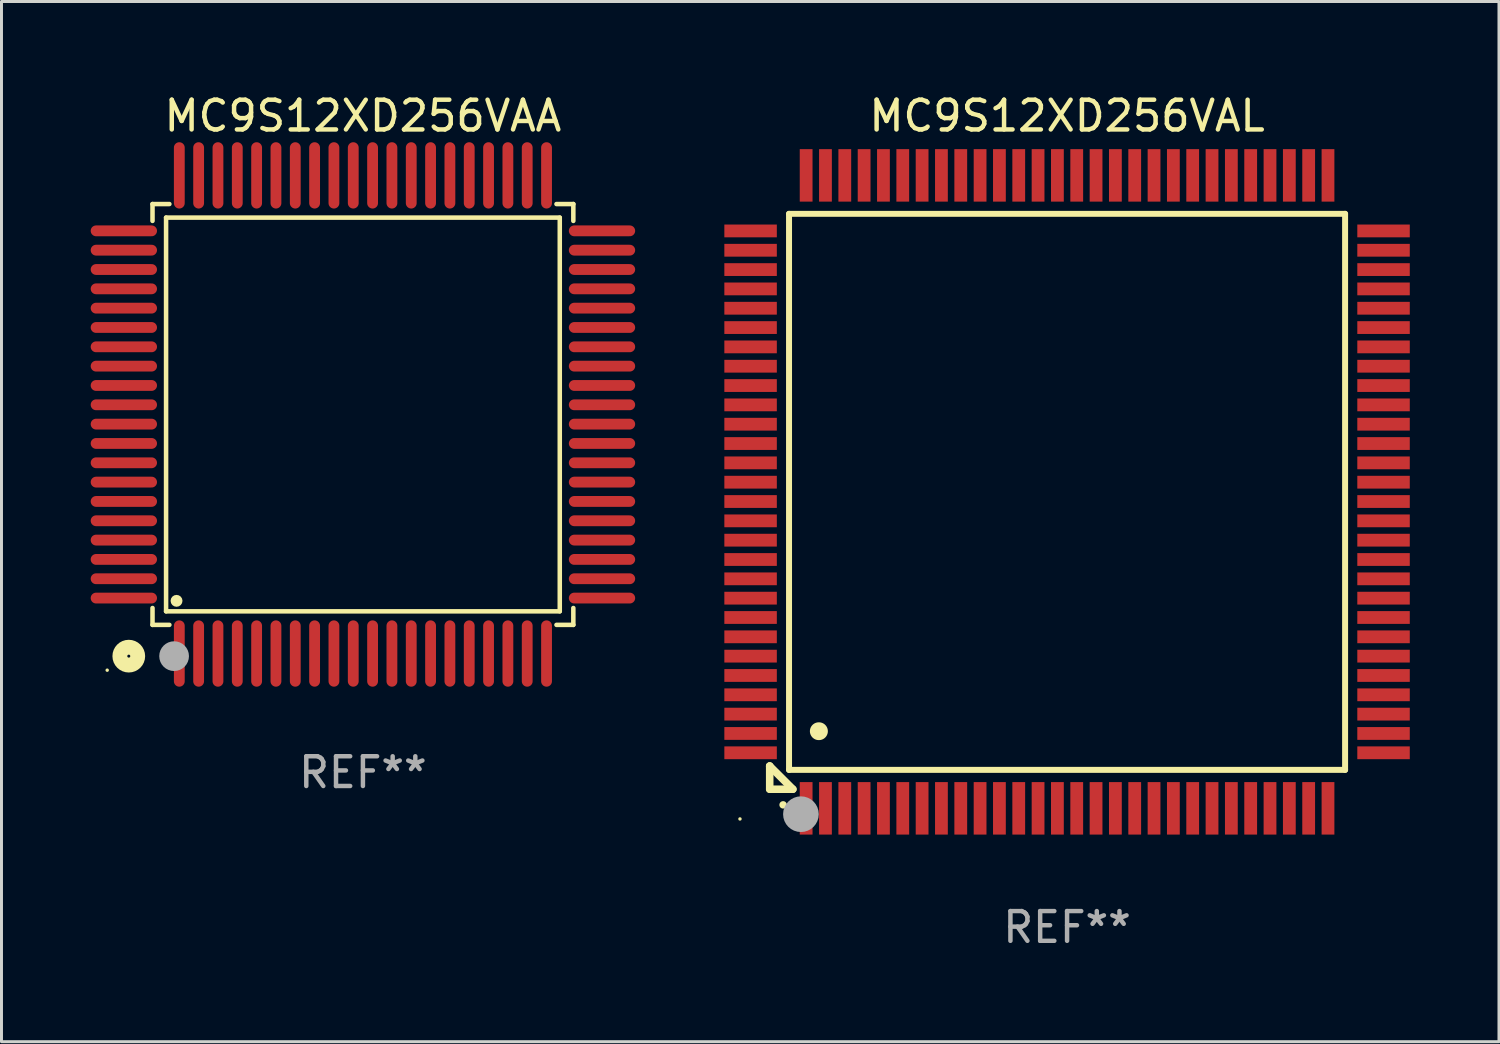
<source format=kicad_pcb>
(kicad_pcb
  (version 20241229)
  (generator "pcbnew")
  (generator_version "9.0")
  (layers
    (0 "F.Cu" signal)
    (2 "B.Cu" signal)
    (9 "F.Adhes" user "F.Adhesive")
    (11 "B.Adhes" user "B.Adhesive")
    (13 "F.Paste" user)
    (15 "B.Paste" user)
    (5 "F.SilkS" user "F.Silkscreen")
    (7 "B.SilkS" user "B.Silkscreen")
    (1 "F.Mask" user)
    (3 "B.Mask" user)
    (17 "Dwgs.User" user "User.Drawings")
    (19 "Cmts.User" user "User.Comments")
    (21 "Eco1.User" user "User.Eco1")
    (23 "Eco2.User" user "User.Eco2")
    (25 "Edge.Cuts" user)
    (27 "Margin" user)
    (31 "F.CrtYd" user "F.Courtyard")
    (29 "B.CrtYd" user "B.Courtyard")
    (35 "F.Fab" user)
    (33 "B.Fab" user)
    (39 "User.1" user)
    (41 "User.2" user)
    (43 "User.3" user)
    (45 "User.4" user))
  (footprint "MC9S12XD256VAL"
    (layer "F.Cu")
    (at 32.835 13.491)
    (property "Reference" "MC9S12XD256VAL" (at 0 -12.643 0) (layer "F.SilkS") (effects (font (size 1 1) (thickness 0.15))))
    (attr through_hole)
    (fp_line (start -10 9.221) (end -10 9.221) (stroke (width 0.254) (type solid)) (layer "F.SilkS"))
    (fp_line (start -10 9.221) (end -10 10) (stroke (width 0.254) (type solid)) (layer "F.SilkS"))
    (fp_line (start -10 9.221) (end -9.221 10) (stroke (width 0.254) (type solid)) (layer "F.SilkS"))
    (fp_line (start -10 10) (end -9.221 10) (stroke (width 0.254) (type solid)) (layer "F.SilkS"))
    (fp_line (start -9.35 -9.35) (end -9.35 9.35) (stroke (width 0.201) (type solid)) (layer "F.SilkS"))
    (fp_line (start -9.35 9.35) (end 9.35 9.35) (stroke (width 0.201) (type solid)) (layer "F.SilkS"))
    (fp_line (start 9.35 -9.35) (end -9.35 -9.35) (stroke (width 0.201) (type solid)) (layer "F.SilkS"))
    (fp_line (start 9.35 9.35) (end 9.35 -9.35) (stroke (width 0.201) (type solid)) (layer "F.SilkS"))
    (fp_arc (start -9.550546 10.525832) (mid -9.549276 10.525826) (end -9.548006 10.525832) (stroke (width 0.24892) (type solid)) (layer "F.SilkS"))
    (fp_arc (start -8.349124 8.049327) (mid -8.346584 8.049316) (end -8.344044 8.049327) (stroke (width 0.599441) (type solid)) (layer "F.SilkS"))
    (fp_circle (center -11 11) (end -10.97 11) (stroke (width 0.06) (type solid)) (fill no) (layer "F.SilkS"))
    (fp_circle (center -8.95 10.84) (end -8.65 10.84) (stroke (width 0.6) (type solid)) (fill no) (layer "F.Fab"))
    (fp_text user "REF**" (at 0 14.643 0) (layer "F.Fab") (effects (font (size 1 1) (thickness 0.15))))
    (pad "1" smd rect (at -8.775 10.643) (size 0.43 1.765) (layers "F.Cu" "F.Mask" "F.Paste"))
    (pad "2" smd rect (at -8.125 10.643) (size 0.43 1.765) (layers "F.Cu" "F.Mask" "F.Paste"))
    (pad "3" smd rect (at -7.475 10.643) (size 0.43 1.765) (layers "F.Cu" "F.Mask" "F.Paste"))
    (pad "4" smd rect (at -6.825 10.643) (size 0.43 1.765) (layers "F.Cu" "F.Mask" "F.Paste"))
    (pad "5" smd rect (at -6.175 10.643) (size 0.43 1.765) (layers "F.Cu" "F.Mask" "F.Paste"))
    (pad "6" smd rect (at -5.525 10.643) (size 0.43 1.765) (layers "F.Cu" "F.Mask" "F.Paste"))
    (pad "7" smd rect (at -4.875 10.643) (size 0.43 1.765) (layers "F.Cu" "F.Mask" "F.Paste"))
    (pad "8" smd rect (at -4.225 10.643) (size 0.43 1.765) (layers "F.Cu" "F.Mask" "F.Paste"))
    (pad "9" smd rect (at -3.575 10.643) (size 0.43 1.765) (layers "F.Cu" "F.Mask" "F.Paste"))
    (pad "10" smd rect (at -2.925 10.643) (size 0.43 1.765) (layers "F.Cu" "F.Mask" "F.Paste"))
    (pad "11" smd rect (at -2.275 10.643) (size 0.43 1.765) (layers "F.Cu" "F.Mask" "F.Paste"))
    (pad "12" smd rect (at -1.625 10.643) (size 0.43 1.765) (layers "F.Cu" "F.Mask" "F.Paste"))
    (pad "13" smd rect (at -0.975 10.643) (size 0.43 1.765) (layers "F.Cu" "F.Mask" "F.Paste"))
    (pad "14" smd rect (at -0.325 10.643) (size 0.43 1.765) (layers "F.Cu" "F.Mask" "F.Paste"))
    (pad "15" smd rect (at 0.325 10.643) (size 0.43 1.765) (layers "F.Cu" "F.Mask" "F.Paste"))
    (pad "16" smd rect (at 0.975 10.643) (size 0.43 1.765) (layers "F.Cu" "F.Mask" "F.Paste"))
    (pad "17" smd rect (at 1.625 10.643) (size 0.43 1.765) (layers "F.Cu" "F.Mask" "F.Paste"))
    (pad "18" smd rect (at 2.275 10.643) (size 0.43 1.765) (layers "F.Cu" "F.Mask" "F.Paste"))
    (pad "19" smd rect (at 2.925 10.643) (size 0.43 1.765) (layers "F.Cu" "F.Mask" "F.Paste"))
    (pad "20" smd rect (at 3.575 10.643) (size 0.43 1.765) (layers "F.Cu" "F.Mask" "F.Paste"))
    (pad "21" smd rect (at 4.225 10.643) (size 0.43 1.765) (layers "F.Cu" "F.Mask" "F.Paste"))
    (pad "22" smd rect (at 4.875 10.643) (size 0.43 1.765) (layers "F.Cu" "F.Mask" "F.Paste"))
    (pad "23" smd rect (at 5.525 10.643) (size 0.43 1.765) (layers "F.Cu" "F.Mask" "F.Paste"))
    (pad "24" smd rect (at 6.175 10.643) (size 0.43 1.765) (layers "F.Cu" "F.Mask" "F.Paste"))
    (pad "25" smd rect (at 6.825 10.643) (size 0.43 1.765) (layers "F.Cu" "F.Mask" "F.Paste"))
    (pad "26" smd rect (at 7.475 10.643) (size 0.43 1.765) (layers "F.Cu" "F.Mask" "F.Paste"))
    (pad "27" smd rect (at 8.125 10.643) (size 0.43 1.765) (layers "F.Cu" "F.Mask" "F.Paste"))
    (pad "28" smd rect (at 8.775 10.643) (size 0.43 1.765) (layers "F.Cu" "F.Mask" "F.Paste"))
    (pad "29" smd rect (at 10.643 8.775) (size 1.765 0.43) (layers "F.Cu" "F.Mask" "F.Paste"))
    (pad "30" smd rect (at 10.643 8.125) (size 1.765 0.43) (layers "F.Cu" "F.Mask" "F.Paste"))
    (pad "31" smd rect (at 10.643 7.475) (size 1.765 0.43) (layers "F.Cu" "F.Mask" "F.Paste"))
    (pad "32" smd rect (at 10.643 6.825) (size 1.765 0.43) (layers "F.Cu" "F.Mask" "F.Paste"))
    (pad "33" smd rect (at 10.643 6.175) (size 1.765 0.43) (layers "F.Cu" "F.Mask" "F.Paste"))
    (pad "34" smd rect (at 10.643 5.525) (size 1.765 0.43) (layers "F.Cu" "F.Mask" "F.Paste"))
    (pad "35" smd rect (at 10.643 4.875) (size 1.765 0.43) (layers "F.Cu" "F.Mask" "F.Paste"))
    (pad "36" smd rect (at 10.643 4.225) (size 1.765 0.43) (layers "F.Cu" "F.Mask" "F.Paste"))
    (pad "37" smd rect (at 10.643 3.575) (size 1.765 0.43) (layers "F.Cu" "F.Mask" "F.Paste"))
    (pad "38" smd rect (at 10.643 2.925) (size 1.765 0.43) (layers "F.Cu" "F.Mask" "F.Paste"))
    (pad "39" smd rect (at 10.643 2.275) (size 1.765 0.43) (layers "F.Cu" "F.Mask" "F.Paste"))
    (pad "40" smd rect (at 10.643 1.625) (size 1.765 0.43) (layers "F.Cu" "F.Mask" "F.Paste"))
    (pad "41" smd rect (at 10.643 0.975) (size 1.765 0.43) (layers "F.Cu" "F.Mask" "F.Paste"))
    (pad "42" smd rect (at 10.643 0.325) (size 1.765 0.43) (layers "F.Cu" "F.Mask" "F.Paste"))
    (pad "43" smd rect (at 10.643 -0.325) (size 1.765 0.43) (layers "F.Cu" "F.Mask" "F.Paste"))
    (pad "44" smd rect (at 10.643 -0.975) (size 1.765 0.43) (layers "F.Cu" "F.Mask" "F.Paste"))
    (pad "45" smd rect (at 10.643 -1.625) (size 1.765 0.43) (layers "F.Cu" "F.Mask" "F.Paste"))
    (pad "46" smd rect (at 10.643 -2.275) (size 1.765 0.43) (layers "F.Cu" "F.Mask" "F.Paste"))
    (pad "47" smd rect (at 10.643 -2.925) (size 1.765 0.43) (layers "F.Cu" "F.Mask" "F.Paste"))
    (pad "48" smd rect (at 10.643 -3.575) (size 1.765 0.43) (layers "F.Cu" "F.Mask" "F.Paste"))
    (pad "49" smd rect (at 10.643 -4.225) (size 1.765 0.43) (layers "F.Cu" "F.Mask" "F.Paste"))
    (pad "50" smd rect (at 10.643 -4.875) (size 1.765 0.43) (layers "F.Cu" "F.Mask" "F.Paste"))
    (pad "51" smd rect (at 10.643 -5.525) (size 1.765 0.43) (layers "F.Cu" "F.Mask" "F.Paste"))
    (pad "52" smd rect (at 10.643 -6.175) (size 1.765 0.43) (layers "F.Cu" "F.Mask" "F.Paste"))
    (pad "53" smd rect (at 10.643 -6.825) (size 1.765 0.43) (layers "F.Cu" "F.Mask" "F.Paste"))
    (pad "54" smd rect (at 10.643 -7.475) (size 1.765 0.43) (layers "F.Cu" "F.Mask" "F.Paste"))
    (pad "55" smd rect (at 10.643 -8.125) (size 1.765 0.43) (layers "F.Cu" "F.Mask" "F.Paste"))
    (pad "56" smd rect (at 10.643 -8.775) (size 1.765 0.43) (layers "F.Cu" "F.Mask" "F.Paste"))
    (pad "57" smd rect (at 8.775 -10.643) (size 0.43 1.765) (layers "F.Cu" "F.Mask" "F.Paste"))
    (pad "58" smd rect (at 8.125 -10.643) (size 0.43 1.765) (layers "F.Cu" "F.Mask" "F.Paste"))
    (pad "59" smd rect (at 7.475 -10.643) (size 0.43 1.765) (layers "F.Cu" "F.Mask" "F.Paste"))
    (pad "60" smd rect (at 6.825 -10.643) (size 0.43 1.765) (layers "F.Cu" "F.Mask" "F.Paste"))
    (pad "61" smd rect (at 6.175 -10.643) (size 0.43 1.765) (layers "F.Cu" "F.Mask" "F.Paste"))
    (pad "62" smd rect (at 5.525 -10.643) (size 0.43 1.765) (layers "F.Cu" "F.Mask" "F.Paste"))
    (pad "63" smd rect (at 4.875 -10.643) (size 0.43 1.765) (layers "F.Cu" "F.Mask" "F.Paste"))
    (pad "64" smd rect (at 4.225 -10.643) (size 0.43 1.765) (layers "F.Cu" "F.Mask" "F.Paste"))
    (pad "65" smd rect (at 3.575 -10.643) (size 0.43 1.765) (layers "F.Cu" "F.Mask" "F.Paste"))
    (pad "66" smd rect (at 2.925 -10.643) (size 0.43 1.765) (layers "F.Cu" "F.Mask" "F.Paste"))
    (pad "67" smd rect (at 2.275 -10.643) (size 0.43 1.765) (layers "F.Cu" "F.Mask" "F.Paste"))
    (pad "68" smd rect (at 1.625 -10.643) (size 0.43 1.765) (layers "F.Cu" "F.Mask" "F.Paste"))
    (pad "69" smd rect (at 0.975 -10.643) (size 0.43 1.765) (layers "F.Cu" "F.Mask" "F.Paste"))
    (pad "70" smd rect (at 0.325 -10.643) (size 0.43 1.765) (layers "F.Cu" "F.Mask" "F.Paste"))
    (pad "71" smd rect (at -0.325 -10.643) (size 0.43 1.765) (layers "F.Cu" "F.Mask" "F.Paste"))
    (pad "72" smd rect (at -0.975 -10.643) (size 0.43 1.765) (layers "F.Cu" "F.Mask" "F.Paste"))
    (pad "73" smd rect (at -1.625 -10.643) (size 0.43 1.765) (layers "F.Cu" "F.Mask" "F.Paste"))
    (pad "74" smd rect (at -2.275 -10.643) (size 0.43 1.765) (layers "F.Cu" "F.Mask" "F.Paste"))
    (pad "75" smd rect (at -2.925 -10.643) (size 0.43 1.765) (layers "F.Cu" "F.Mask" "F.Paste"))
    (pad "76" smd rect (at -3.575 -10.643) (size 0.43 1.765) (layers "F.Cu" "F.Mask" "F.Paste"))
    (pad "77" smd rect (at -4.225 -10.643) (size 0.43 1.765) (layers "F.Cu" "F.Mask" "F.Paste"))
    (pad "78" smd rect (at -4.875 -10.643) (size 0.43 1.765) (layers "F.Cu" "F.Mask" "F.Paste"))
    (pad "79" smd rect (at -5.525 -10.643) (size 0.43 1.765) (layers "F.Cu" "F.Mask" "F.Paste"))
    (pad "80" smd rect (at -6.175 -10.643) (size 0.43 1.765) (layers "F.Cu" "F.Mask" "F.Paste"))
    (pad "81" smd rect (at -6.825 -10.643) (size 0.43 1.765) (layers "F.Cu" "F.Mask" "F.Paste"))
    (pad "82" smd rect (at -7.475 -10.643) (size 0.43 1.765) (layers "F.Cu" "F.Mask" "F.Paste"))
    (pad "83" smd rect (at -8.125 -10.643) (size 0.43 1.765) (layers "F.Cu" "F.Mask" "F.Paste"))
    (pad "84" smd rect (at -8.775 -10.643) (size 0.43 1.765) (layers "F.Cu" "F.Mask" "F.Paste"))
    (pad "85" smd rect (at -10.643 -8.775) (size 1.765 0.43) (layers "F.Cu" "F.Mask" "F.Paste"))
    (pad "86" smd rect (at -10.643 -8.125) (size 1.765 0.43) (layers "F.Cu" "F.Mask" "F.Paste"))
    (pad "87" smd rect (at -10.643 -7.475) (size 1.765 0.43) (layers "F.Cu" "F.Mask" "F.Paste"))
    (pad "88" smd rect (at -10.643 -6.825) (size 1.765 0.43) (layers "F.Cu" "F.Mask" "F.Paste"))
    (pad "89" smd rect (at -10.643 -6.175) (size 1.765 0.43) (layers "F.Cu" "F.Mask" "F.Paste"))
    (pad "90" smd rect (at -10.643 -5.525) (size 1.765 0.43) (layers "F.Cu" "F.Mask" "F.Paste"))
    (pad "91" smd rect (at -10.643 -4.875) (size 1.765 0.43) (layers "F.Cu" "F.Mask" "F.Paste"))
    (pad "92" smd rect (at -10.643 -4.225) (size 1.765 0.43) (layers "F.Cu" "F.Mask" "F.Paste"))
    (pad "93" smd rect (at -10.643 -3.575) (size 1.765 0.43) (layers "F.Cu" "F.Mask" "F.Paste"))
    (pad "94" smd rect (at -10.643 -2.925) (size 1.765 0.43) (layers "F.Cu" "F.Mask" "F.Paste"))
    (pad "95" smd rect (at -10.643 -2.275) (size 1.765 0.43) (layers "F.Cu" "F.Mask" "F.Paste"))
    (pad "96" smd rect (at -10.643 -1.625) (size 1.765 0.43) (layers "F.Cu" "F.Mask" "F.Paste"))
    (pad "97" smd rect (at -10.643 -0.975) (size 1.765 0.43) (layers "F.Cu" "F.Mask" "F.Paste"))
    (pad "98" smd rect (at -10.643 -0.325) (size 1.765 0.43) (layers "F.Cu" "F.Mask" "F.Paste"))
    (pad "99" smd rect (at -10.643 0.325) (size 1.765 0.43) (layers "F.Cu" "F.Mask" "F.Paste"))
    (pad "100" smd rect (at -10.643 0.975) (size 1.765 0.43) (layers "F.Cu" "F.Mask" "F.Paste"))
    (pad "101" smd rect (at -10.643 1.625) (size 1.765 0.43) (layers "F.Cu" "F.Mask" "F.Paste"))
    (pad "102" smd rect (at -10.643 2.275) (size 1.765 0.43) (layers "F.Cu" "F.Mask" "F.Paste"))
    (pad "103" smd rect (at -10.643 2.925) (size 1.765 0.43) (layers "F.Cu" "F.Mask" "F.Paste"))
    (pad "104" smd rect (at -10.643 3.575) (size 1.765 0.43) (layers "F.Cu" "F.Mask" "F.Paste"))
    (pad "105" smd rect (at -10.643 4.225) (size 1.765 0.43) (layers "F.Cu" "F.Mask" "F.Paste"))
    (pad "106" smd rect (at -10.643 4.875) (size 1.765 0.43) (layers "F.Cu" "F.Mask" "F.Paste"))
    (pad "107" smd rect (at -10.643 5.525) (size 1.765 0.43) (layers "F.Cu" "F.Mask" "F.Paste"))
    (pad "108" smd rect (at -10.643 6.175) (size 1.765 0.43) (layers "F.Cu" "F.Mask" "F.Paste"))
    (pad "109" smd rect (at -10.643 6.825) (size 1.765 0.43) (layers "F.Cu" "F.Mask" "F.Paste"))
    (pad "110" smd rect (at -10.643 7.475) (size 1.765 0.43) (layers "F.Cu" "F.Mask" "F.Paste"))
    (pad "111" smd rect (at -10.643 8.125) (size 1.765 0.43) (layers "F.Cu" "F.Mask" "F.Paste"))
    (pad "112" smd rect (at -10.643 8.775) (size 1.765 0.43) (layers "F.Cu" "F.Mask" "F.Paste")))
  (footprint "MC9S12XD256VAA"
    (layer "F.Cu")
    (at 9.155 10.888)
    (property "Reference" "MC9S12XD256VAA" (at 0 -10.04 0) (layer "F.SilkS") (effects (font (size 1 1) (thickness 0.15))))
    (attr through_hole)
    (fp_line (start -7.076 -7.076) (end -7.076 -6.509) (stroke (width 0.152) (type solid)) (layer "F.SilkS"))
    (fp_line (start -7.076 7.076) (end -7.076 6.509) (stroke (width 0.152) (type solid)) (layer "F.SilkS"))
    (fp_line (start -6.62 -6.62) (end 6.62 -6.62) (stroke (width 0.152) (type solid)) (layer "F.SilkS"))
    (fp_line (start -6.62 6.62) (end -6.62 -6.62) (stroke (width 0.152) (type solid)) (layer "F.SilkS"))
    (fp_line (start -6.509 -7.076) (end -7.076 -7.076) (stroke (width 0.152) (type solid)) (layer "F.SilkS"))
    (fp_line (start -6.509 7.076) (end -7.076 7.076) (stroke (width 0.152) (type solid)) (layer "F.SilkS"))
    (fp_line (start 6.509 -7.076) (end 7.076 -7.076) (stroke (width 0.152) (type solid)) (layer "F.SilkS"))
    (fp_line (start 6.509 7.076) (end 7.076 7.076) (stroke (width 0.152) (type solid)) (layer "F.SilkS"))
    (fp_line (start 6.62 -6.62) (end 6.62 6.62) (stroke (width 0.152) (type solid)) (layer "F.SilkS"))
    (fp_line (start 6.62 6.62) (end -6.62 6.62) (stroke (width 0.152) (type solid)) (layer "F.SilkS"))
    (fp_line (start 7.076 -7.076) (end 7.076 -6.509) (stroke (width 0.152) (type solid)) (layer "F.SilkS"))
    (fp_line (start 7.076 7.076) (end 7.076 6.509) (stroke (width 0.152) (type solid)) (layer "F.SilkS"))
    (fp_circle (center -8.6 8.6) (end -8.57 8.6) (stroke (width 0.06) (type solid)) (fill no) (layer "F.SilkS"))
    (fp_circle (center -7.874 8.128) (end -7.574 8.128) (stroke (width 0.5) (type solid)) (fill no) (layer "F.SilkS"))
    (fp_circle (center -6.268 6.268) (end -6.168 6.268) (stroke (width 0.2) (type solid)) (fill no) (layer "F.SilkS"))
    (fp_circle (center -6.35 8.128) (end -6.1 8.128) (stroke (width 0.5) (type solid)) (fill no) (layer "F.Fab"))
    (fp_text user "REF**" (at 0 12.04 0) (layer "F.Fab") (effects (font (size 1 1) (thickness 0.15))))
    (pad "1" smd oval (at -6.175 8.04) (size 0.364 2.23) (layers "F.Cu" "F.Mask" "F.Paste"))
    (pad "2" smd oval (at -5.525 8.04) (size 0.364 2.23) (layers "F.Cu" "F.Mask" "F.Paste"))
    (pad "3" smd oval (at -4.875 8.04) (size 0.364 2.23) (layers "F.Cu" "F.Mask" "F.Paste"))
    (pad "4" smd oval (at -4.225 8.04) (size 0.364 2.23) (layers "F.Cu" "F.Mask" "F.Paste"))
    (pad "5" smd oval (at -3.575 8.04) (size 0.364 2.23) (layers "F.Cu" "F.Mask" "F.Paste"))
    (pad "6" smd oval (at -2.925 8.04) (size 0.364 2.23) (layers "F.Cu" "F.Mask" "F.Paste"))
    (pad "7" smd oval (at -2.275 8.04) (size 0.364 2.23) (layers "F.Cu" "F.Mask" "F.Paste"))
    (pad "8" smd oval (at -1.625 8.04) (size 0.364 2.23) (layers "F.Cu" "F.Mask" "F.Paste"))
    (pad "9" smd oval (at -0.975 8.04) (size 0.364 2.23) (layers "F.Cu" "F.Mask" "F.Paste"))
    (pad "10" smd oval (at -0.325 8.04) (size 0.364 2.23) (layers "F.Cu" "F.Mask" "F.Paste"))
    (pad "11" smd oval (at 0.325 8.04) (size 0.364 2.23) (layers "F.Cu" "F.Mask" "F.Paste"))
    (pad "12" smd oval (at 0.975 8.04) (size 0.364 2.23) (layers "F.Cu" "F.Mask" "F.Paste"))
    (pad "13" smd oval (at 1.625 8.04) (size 0.364 2.23) (layers "F.Cu" "F.Mask" "F.Paste"))
    (pad "14" smd oval (at 2.275 8.04) (size 0.364 2.23) (layers "F.Cu" "F.Mask" "F.Paste"))
    (pad "15" smd oval (at 2.925 8.04) (size 0.364 2.23) (layers "F.Cu" "F.Mask" "F.Paste"))
    (pad "16" smd oval (at 3.575 8.04) (size 0.364 2.23) (layers "F.Cu" "F.Mask" "F.Paste"))
    (pad "17" smd oval (at 4.225 8.04) (size 0.364 2.23) (layers "F.Cu" "F.Mask" "F.Paste"))
    (pad "18" smd oval (at 4.875 8.04) (size 0.364 2.23) (layers "F.Cu" "F.Mask" "F.Paste"))
    (pad "19" smd oval (at 5.525 8.04) (size 0.364 2.23) (layers "F.Cu" "F.Mask" "F.Paste"))
    (pad "20" smd oval (at 6.175 8.04) (size 0.364 2.23) (layers "F.Cu" "F.Mask" "F.Paste"))
    (pad "21" smd oval (at 8.04 6.175) (size 2.23 0.364) (layers "F.Cu" "F.Mask" "F.Paste"))
    (pad "22" smd oval (at 8.04 5.525) (size 2.23 0.364) (layers "F.Cu" "F.Mask" "F.Paste"))
    (pad "23" smd oval (at 8.04 4.875) (size 2.23 0.364) (layers "F.Cu" "F.Mask" "F.Paste"))
    (pad "24" smd oval (at 8.04 4.225) (size 2.23 0.364) (layers "F.Cu" "F.Mask" "F.Paste"))
    (pad "25" smd oval (at 8.04 3.575) (size 2.23 0.364) (layers "F.Cu" "F.Mask" "F.Paste"))
    (pad "26" smd oval (at 8.04 2.925) (size 2.23 0.364) (layers "F.Cu" "F.Mask" "F.Paste"))
    (pad "27" smd oval (at 8.04 2.275) (size 2.23 0.364) (layers "F.Cu" "F.Mask" "F.Paste"))
    (pad "28" smd oval (at 8.04 1.625) (size 2.23 0.364) (layers "F.Cu" "F.Mask" "F.Paste"))
    (pad "29" smd oval (at 8.04 0.975) (size 2.23 0.364) (layers "F.Cu" "F.Mask" "F.Paste"))
    (pad "30" smd oval (at 8.04 0.325) (size 2.23 0.364) (layers "F.Cu" "F.Mask" "F.Paste"))
    (pad "31" smd oval (at 8.04 -0.325) (size 2.23 0.364) (layers "F.Cu" "F.Mask" "F.Paste"))
    (pad "32" smd oval (at 8.04 -0.975) (size 2.23 0.364) (layers "F.Cu" "F.Mask" "F.Paste"))
    (pad "33" smd oval (at 8.04 -1.625) (size 2.23 0.364) (layers "F.Cu" "F.Mask" "F.Paste"))
    (pad "34" smd oval (at 8.04 -2.275) (size 2.23 0.364) (layers "F.Cu" "F.Mask" "F.Paste"))
    (pad "35" smd oval (at 8.04 -2.925) (size 2.23 0.364) (layers "F.Cu" "F.Mask" "F.Paste"))
    (pad "36" smd oval (at 8.04 -3.575) (size 2.23 0.364) (layers "F.Cu" "F.Mask" "F.Paste"))
    (pad "37" smd oval (at 8.04 -4.225) (size 2.23 0.364) (layers "F.Cu" "F.Mask" "F.Paste"))
    (pad "38" smd oval (at 8.04 -4.875) (size 2.23 0.364) (layers "F.Cu" "F.Mask" "F.Paste"))
    (pad "39" smd oval (at 8.04 -5.525) (size 2.23 0.364) (layers "F.Cu" "F.Mask" "F.Paste"))
    (pad "40" smd oval (at 8.04 -6.175) (size 2.23 0.364) (layers "F.Cu" "F.Mask" "F.Paste"))
    (pad "41" smd oval (at 6.175 -8.04) (size 0.364 2.23) (layers "F.Cu" "F.Mask" "F.Paste"))
    (pad "42" smd oval (at 5.525 -8.04) (size 0.364 2.23) (layers "F.Cu" "F.Mask" "F.Paste"))
    (pad "43" smd oval (at 4.875 -8.04) (size 0.364 2.23) (layers "F.Cu" "F.Mask" "F.Paste"))
    (pad "44" smd oval (at 4.225 -8.04) (size 0.364 2.23) (layers "F.Cu" "F.Mask" "F.Paste"))
    (pad "45" smd oval (at 3.575 -8.04) (size 0.364 2.23) (layers "F.Cu" "F.Mask" "F.Paste"))
    (pad "46" smd oval (at 2.925 -8.04) (size 0.364 2.23) (layers "F.Cu" "F.Mask" "F.Paste"))
    (pad "47" smd oval (at 2.275 -8.04) (size 0.364 2.23) (layers "F.Cu" "F.Mask" "F.Paste"))
    (pad "48" smd oval (at 1.625 -8.04) (size 0.364 2.23) (layers "F.Cu" "F.Mask" "F.Paste"))
    (pad "49" smd oval (at 0.975 -8.04) (size 0.364 2.23) (layers "F.Cu" "F.Mask" "F.Paste"))
    (pad "50" smd oval (at 0.325 -8.04) (size 0.364 2.23) (layers "F.Cu" "F.Mask" "F.Paste"))
    (pad "51" smd oval (at -0.325 -8.04) (size 0.364 2.23) (layers "F.Cu" "F.Mask" "F.Paste"))
    (pad "52" smd oval (at -0.975 -8.04) (size 0.364 2.23) (layers "F.Cu" "F.Mask" "F.Paste"))
    (pad "53" smd oval (at -1.625 -8.04) (size 0.364 2.23) (layers "F.Cu" "F.Mask" "F.Paste"))
    (pad "54" smd oval (at -2.275 -8.04) (size 0.364 2.23) (layers "F.Cu" "F.Mask" "F.Paste"))
    (pad "55" smd oval (at -2.925 -8.04) (size 0.364 2.23) (layers "F.Cu" "F.Mask" "F.Paste"))
    (pad "56" smd oval (at -3.575 -8.04) (size 0.364 2.23) (layers "F.Cu" "F.Mask" "F.Paste"))
    (pad "57" smd oval (at -4.225 -8.04) (size 0.364 2.23) (layers "F.Cu" "F.Mask" "F.Paste"))
    (pad "58" smd oval (at -4.875 -8.04) (size 0.364 2.23) (layers "F.Cu" "F.Mask" "F.Paste"))
    (pad "59" smd oval (at -5.525 -8.04) (size 0.364 2.23) (layers "F.Cu" "F.Mask" "F.Paste"))
    (pad "60" smd oval (at -6.175 -8.04) (size 0.364 2.23) (layers "F.Cu" "F.Mask" "F.Paste"))
    (pad "61" smd oval (at -8.04 -6.175) (size 2.23 0.364) (layers "F.Cu" "F.Mask" "F.Paste"))
    (pad "62" smd oval (at -8.04 -5.525) (size 2.23 0.364) (layers "F.Cu" "F.Mask" "F.Paste"))
    (pad "63" smd oval (at -8.04 -4.875) (size 2.23 0.364) (layers "F.Cu" "F.Mask" "F.Paste"))
    (pad "64" smd oval (at -8.04 -4.225) (size 2.23 0.364) (layers "F.Cu" "F.Mask" "F.Paste"))
    (pad "65" smd oval (at -8.04 -3.575) (size 2.23 0.364) (layers "F.Cu" "F.Mask" "F.Paste"))
    (pad "66" smd oval (at -8.04 -2.925) (size 2.23 0.364) (layers "F.Cu" "F.Mask" "F.Paste"))
    (pad "67" smd oval (at -8.04 -2.275) (size 2.23 0.364) (layers "F.Cu" "F.Mask" "F.Paste"))
    (pad "68" smd oval (at -8.04 -1.625) (size 2.23 0.364) (layers "F.Cu" "F.Mask" "F.Paste"))
    (pad "69" smd oval (at -8.04 -0.975) (size 2.23 0.364) (layers "F.Cu" "F.Mask" "F.Paste"))
    (pad "70" smd oval (at -8.04 -0.325) (size 2.23 0.364) (layers "F.Cu" "F.Mask" "F.Paste"))
    (pad "71" smd oval (at -8.04 0.325) (size 2.23 0.364) (layers "F.Cu" "F.Mask" "F.Paste"))
    (pad "72" smd oval (at -8.04 0.975) (size 2.23 0.364) (layers "F.Cu" "F.Mask" "F.Paste"))
    (pad "73" smd oval (at -8.04 1.625) (size 2.23 0.364) (layers "F.Cu" "F.Mask" "F.Paste"))
    (pad "74" smd oval (at -8.04 2.275) (size 2.23 0.364) (layers "F.Cu" "F.Mask" "F.Paste"))
    (pad "75" smd oval (at -8.04 2.925) (size 2.23 0.364) (layers "F.Cu" "F.Mask" "F.Paste"))
    (pad "76" smd oval (at -8.04 3.575) (size 2.23 0.364) (layers "F.Cu" "F.Mask" "F.Paste"))
    (pad "77" smd oval (at -8.04 4.225) (size 2.23 0.364) (layers "F.Cu" "F.Mask" "F.Paste"))
    (pad "78" smd oval (at -8.04 4.875) (size 2.23 0.364) (layers "F.Cu" "F.Mask" "F.Paste"))
    (pad "79" smd oval (at -8.04 5.525) (size 2.23 0.364) (layers "F.Cu" "F.Mask" "F.Paste"))
    (pad "80" smd oval (at -8.04 6.175) (size 2.23 0.364) (layers "F.Cu" "F.Mask" "F.Paste")))
  (gr_rect
    (start -3 -3)
    (end 47.36 31.982)
    (stroke (width 0.1) (type default))
    (fill no)
    (layer "Edge.Cuts")))
</source>
